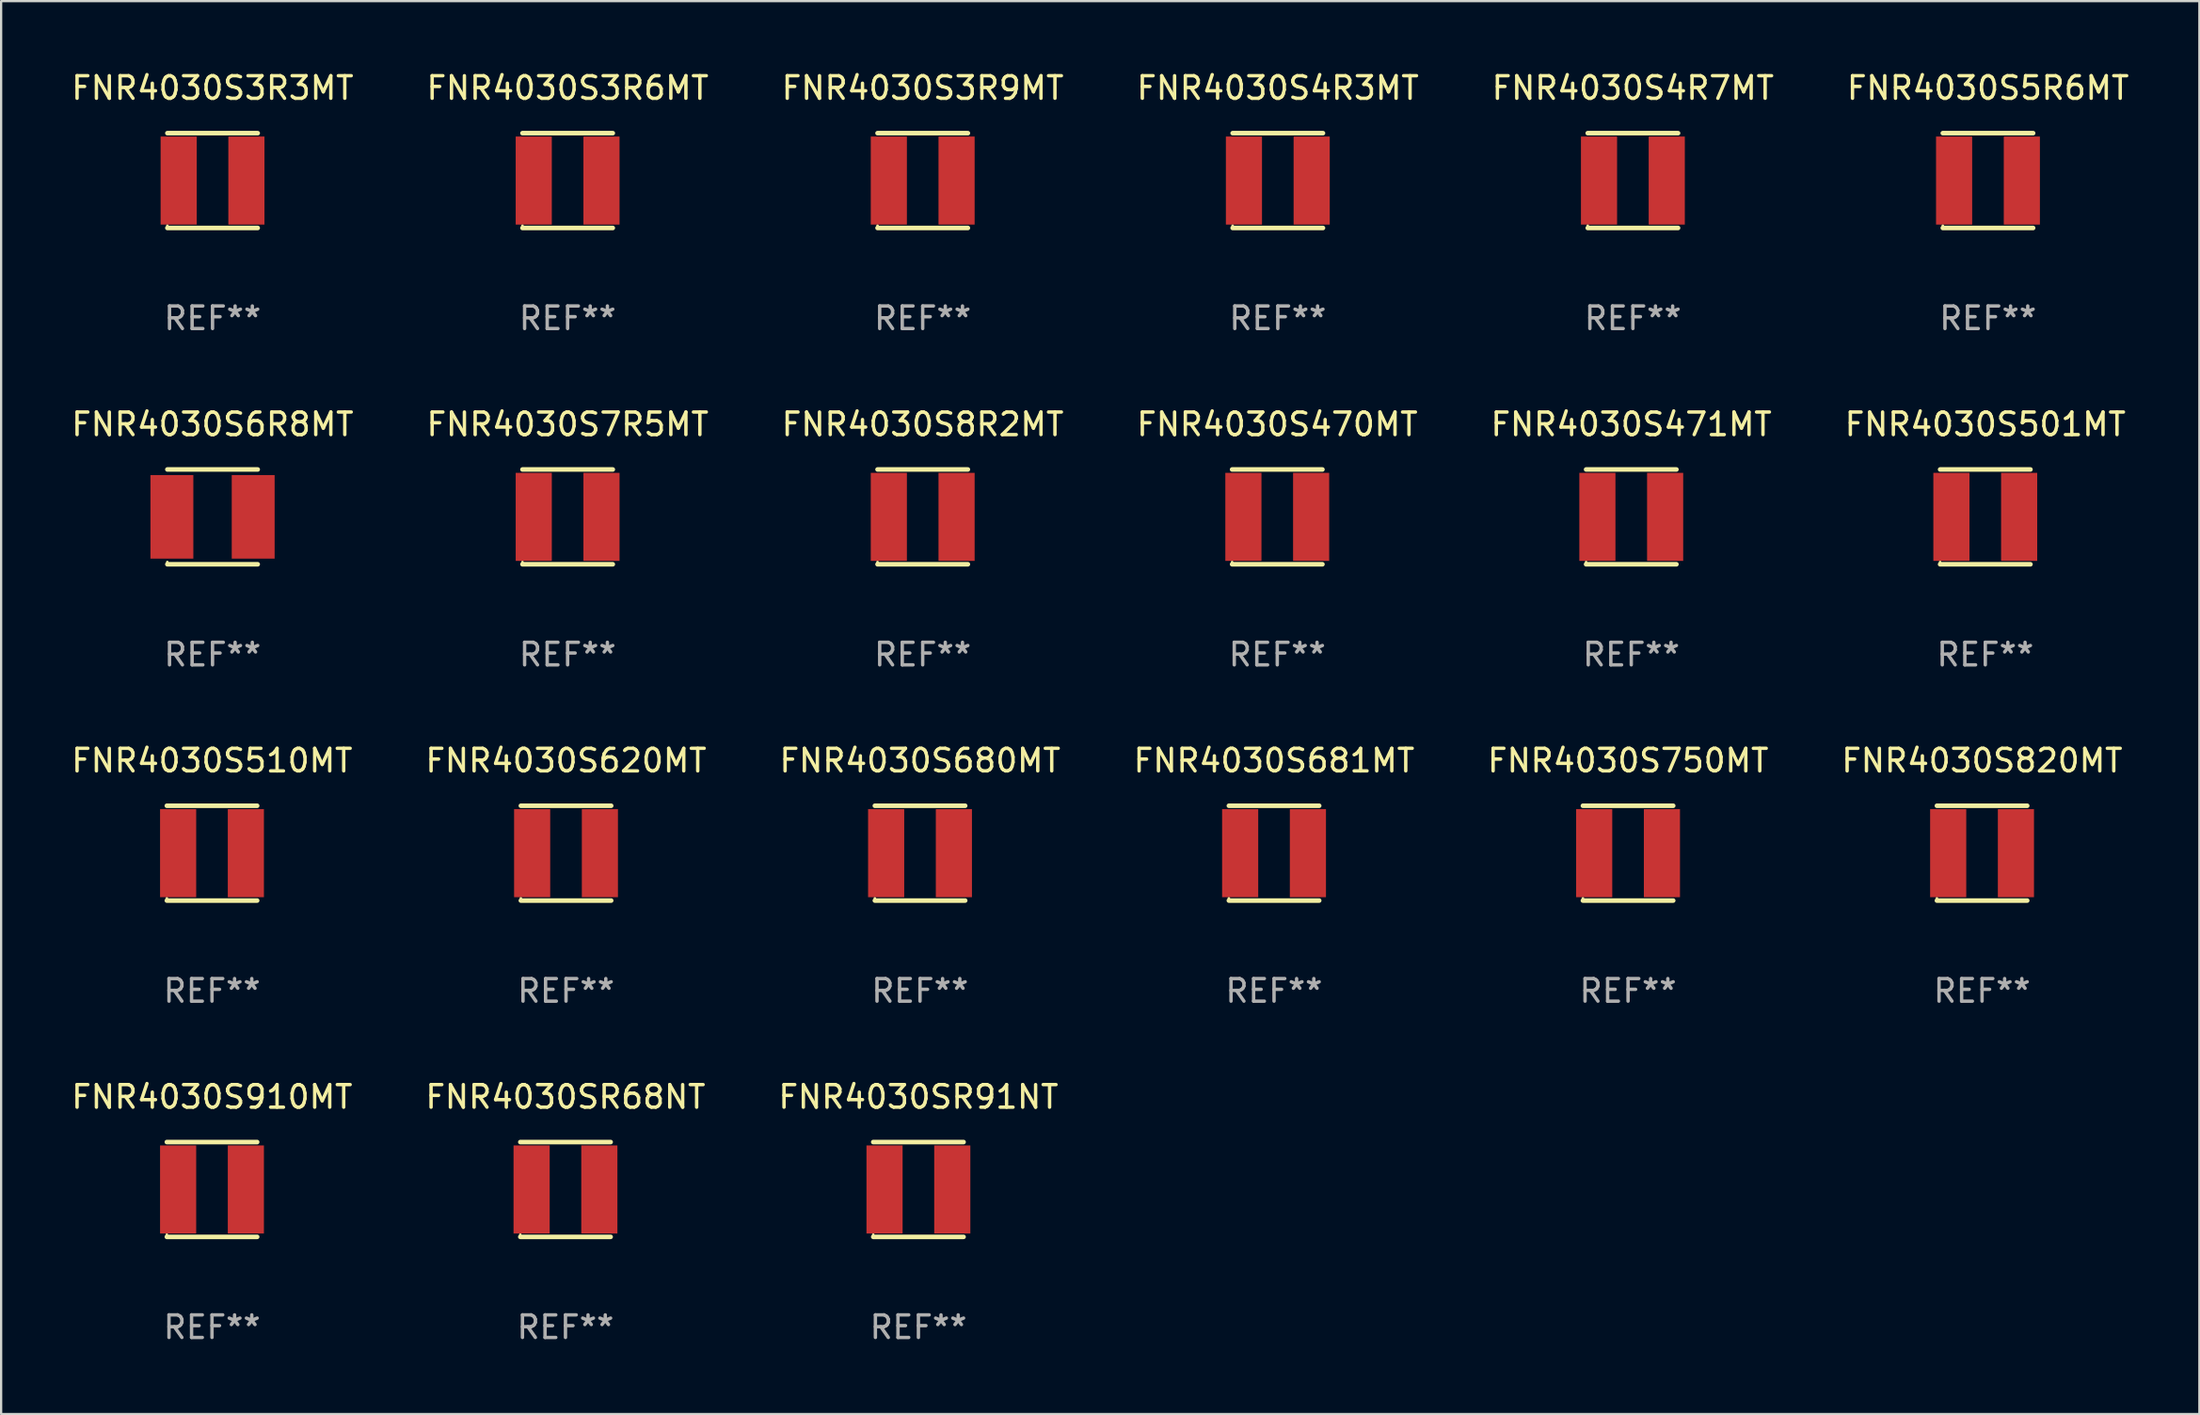
<source format=kicad_pcb>
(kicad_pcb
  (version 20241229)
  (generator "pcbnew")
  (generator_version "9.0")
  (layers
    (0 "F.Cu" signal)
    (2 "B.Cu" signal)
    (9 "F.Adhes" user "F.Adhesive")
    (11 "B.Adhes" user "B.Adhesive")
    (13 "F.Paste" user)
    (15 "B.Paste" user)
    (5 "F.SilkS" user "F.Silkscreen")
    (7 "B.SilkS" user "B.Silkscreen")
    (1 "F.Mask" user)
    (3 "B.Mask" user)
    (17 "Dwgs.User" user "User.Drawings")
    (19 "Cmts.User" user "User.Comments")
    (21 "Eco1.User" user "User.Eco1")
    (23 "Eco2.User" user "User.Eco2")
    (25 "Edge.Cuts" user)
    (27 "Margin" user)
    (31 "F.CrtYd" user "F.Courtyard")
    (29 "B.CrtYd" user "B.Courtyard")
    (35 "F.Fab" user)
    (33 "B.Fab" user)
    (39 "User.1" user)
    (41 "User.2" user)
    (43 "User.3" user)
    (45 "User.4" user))
  (footprint "FNR4030S510MT"
    (layer "F.Cu")
    (at 6.339 34.741)
    (property "Reference" "FNR4030S510MT" (at 0 -4.1 0) (layer "F.SilkS") (effects (font (size 1 1) (thickness 0.15))))
    (attr through_hole)
    (fp_line (start -2 -2.1) (end 2 -2.1) (stroke (width 0.203) (type solid)) (layer "F.SilkS"))
    (fp_line (start -2 2.1) (end 2 2.1) (stroke (width 0.203) (type solid)) (layer "F.SilkS"))
    (fp_circle (center -2 2.003) (end -1.97 2.003) (stroke (width 0.06) (type solid)) (fill no) (layer "F.SilkS"))
    (fp_text user "REF**" (at 0 6.1 0) (layer "F.Fab") (effects (font (size 1 1) (thickness 0.15))))
    (pad "1" smd rect (at -1.5 0) (size 1.6 3.9) (layers "F.Cu" "F.Mask" "F.Paste"))
    (pad "2" smd rect (at 1.5 0) (size 1.6 3.9) (layers "F.Cu" "F.Mask" "F.Paste")))
  (footprint "FNR4030S3R6MT"
    (layer "F.Cu")
    (at 22.089 4.948)
    (property "Reference" "FNR4030S3R6MT" (at 0 -4.1 0) (layer "F.SilkS") (effects (font (size 1 1) (thickness 0.15))))
    (attr through_hole)
    (fp_line (start -2 -2.1) (end 2 -2.1) (stroke (width 0.203) (type solid)) (layer "F.SilkS"))
    (fp_line (start -2 2.1) (end 2 2.1) (stroke (width 0.203) (type solid)) (layer "F.SilkS"))
    (fp_circle (center -2 2.003) (end -1.97 2.003) (stroke (width 0.06) (type solid)) (fill no) (layer "F.SilkS"))
    (fp_text user "REF**" (at 0 6.1 0) (layer "F.Fab") (effects (font (size 1 1) (thickness 0.15))))
    (pad "1" smd rect (at -1.5 0) (size 1.6 3.9) (layers "F.Cu" "F.Mask" "F.Paste"))
    (pad "2" smd rect (at 1.5 0) (size 1.6 3.9) (layers "F.Cu" "F.Mask" "F.Paste")))
  (footprint "FNR4030SR91NT"
    (layer "F.Cu")
    (at 37.625 49.638)
    (property "Reference" "FNR4030SR91NT" (at 0 -4.1 0) (layer "F.SilkS") (effects (font (size 1 1) (thickness 0.15))))
    (attr through_hole)
    (fp_line (start -2 -2.1) (end 2 -2.1) (stroke (width 0.203) (type solid)) (layer "F.SilkS"))
    (fp_line (start -2 2.1) (end 2 2.1) (stroke (width 0.203) (type solid)) (layer "F.SilkS"))
    (fp_circle (center -2 2.003) (end -1.97 2.003) (stroke (width 0.06) (type solid)) (fill no) (layer "F.SilkS"))
    (fp_text user "REF**" (at 0 6.1 0) (layer "F.Fab") (effects (font (size 1 1) (thickness 0.15))))
    (pad "1" smd rect (at -1.5 0) (size 1.6 3.9) (layers "F.Cu" "F.Mask" "F.Paste"))
    (pad "2" smd rect (at 1.5 0) (size 1.6 3.9) (layers "F.Cu" "F.Mask" "F.Paste")))
  (footprint "FNR4030S820MT"
    (layer "F.Cu")
    (at 84.732 34.741)
    (property "Reference" "FNR4030S820MT" (at 0 -4.1 0) (layer "F.SilkS") (effects (font (size 1 1) (thickness 0.15))))
    (attr through_hole)
    (fp_line (start -2 -2.1) (end 2 -2.1) (stroke (width 0.203) (type solid)) (layer "F.SilkS"))
    (fp_line (start -2 2.1) (end 2 2.1) (stroke (width 0.203) (type solid)) (layer "F.SilkS"))
    (fp_circle (center -2 2.003) (end -1.97 2.003) (stroke (width 0.06) (type solid)) (fill no) (layer "F.SilkS"))
    (fp_text user "REF**" (at 0 6.1 0) (layer "F.Fab") (effects (font (size 1 1) (thickness 0.15))))
    (pad "1" smd rect (at -1.5 0) (size 1.6 3.9) (layers "F.Cu" "F.Mask" "F.Paste"))
    (pad "2" smd rect (at 1.5 0) (size 1.6 3.9) (layers "F.Cu" "F.Mask" "F.Paste")))
  (footprint "FNR4030S7R5MT"
    (layer "F.Cu")
    (at 22.089 19.845)
    (property "Reference" "FNR4030S7R5MT" (at 0 -4.1 0) (layer "F.SilkS") (effects (font (size 1 1) (thickness 0.15))))
    (attr through_hole)
    (fp_line (start -2 -2.1) (end 2 -2.1) (stroke (width 0.203) (type solid)) (layer "F.SilkS"))
    (fp_line (start -2 2.1) (end 2 2.1) (stroke (width 0.203) (type solid)) (layer "F.SilkS"))
    (fp_circle (center -2 2.003) (end -1.97 2.003) (stroke (width 0.06) (type solid)) (fill no) (layer "F.SilkS"))
    (fp_text user "REF**" (at 0 6.1 0) (layer "F.Fab") (effects (font (size 1 1) (thickness 0.15))))
    (pad "1" smd rect (at -1.5 0) (size 1.6 3.9) (layers "F.Cu" "F.Mask" "F.Paste"))
    (pad "2" smd rect (at 1.5 0) (size 1.6 3.9) (layers "F.Cu" "F.Mask" "F.Paste")))
  (footprint "FNR4030S4R3MT"
    (layer "F.Cu")
    (at 53.542 4.948)
    (property "Reference" "FNR4030S4R3MT" (at 0 -4.1 0) (layer "F.SilkS") (effects (font (size 1 1) (thickness 0.15))))
    (attr through_hole)
    (fp_line (start -2 -2.1) (end 2 -2.1) (stroke (width 0.203) (type solid)) (layer "F.SilkS"))
    (fp_line (start -2 2.1) (end 2 2.1) (stroke (width 0.203) (type solid)) (layer "F.SilkS"))
    (fp_circle (center -2 2.003) (end -1.97 2.003) (stroke (width 0.06) (type solid)) (fill no) (layer "F.SilkS"))
    (fp_text user "REF**" (at 0 6.1 0) (layer "F.Fab") (effects (font (size 1 1) (thickness 0.15))))
    (pad "1" smd rect (at -1.5 0) (size 1.6 3.9) (layers "F.Cu" "F.Mask" "F.Paste"))
    (pad "2" smd rect (at 1.5 0) (size 1.6 3.9) (layers "F.Cu" "F.Mask" "F.Paste")))
  (footprint "FNR4030S4R7MT"
    (layer "F.Cu")
    (at 69.268 4.948)
    (property "Reference" "FNR4030S4R7MT" (at 0 -4.1 0) (layer "F.SilkS") (effects (font (size 1 1) (thickness 0.15))))
    (attr through_hole)
    (fp_line (start -2 -2.1) (end 2 -2.1) (stroke (width 0.203) (type solid)) (layer "F.SilkS"))
    (fp_line (start -2 2.1) (end 2 2.1) (stroke (width 0.203) (type solid)) (layer "F.SilkS"))
    (fp_circle (center -2 2.003) (end -1.97 2.003) (stroke (width 0.06) (type solid)) (fill no) (layer "F.SilkS"))
    (fp_text user "REF**" (at 0 6.1 0) (layer "F.Fab") (effects (font (size 1 1) (thickness 0.15))))
    (pad "1" smd rect (at -1.5 0) (size 1.6 3.9) (layers "F.Cu" "F.Mask" "F.Paste"))
    (pad "2" smd rect (at 1.5 0) (size 1.6 3.9) (layers "F.Cu" "F.Mask" "F.Paste")))
  (footprint "FNR4030S471MT"
    (layer "F.Cu")
    (at 69.196 19.845)
    (property "Reference" "FNR4030S471MT" (at 0 -4.1 0) (layer "F.SilkS") (effects (font (size 1 1) (thickness 0.15))))
    (attr through_hole)
    (fp_line (start -2 -2.1) (end 2 -2.1) (stroke (width 0.203) (type solid)) (layer "F.SilkS"))
    (fp_line (start -2 2.1) (end 2 2.1) (stroke (width 0.203) (type solid)) (layer "F.SilkS"))
    (fp_circle (center -2 2.003) (end -1.97 2.003) (stroke (width 0.06) (type solid)) (fill no) (layer "F.SilkS"))
    (fp_text user "REF**" (at 0 6.1 0) (layer "F.Fab") (effects (font (size 1 1) (thickness 0.15))))
    (pad "1" smd rect (at -1.5 0) (size 1.6 3.9) (layers "F.Cu" "F.Mask" "F.Paste"))
    (pad "2" smd rect (at 1.5 0) (size 1.6 3.9) (layers "F.Cu" "F.Mask" "F.Paste")))
  (footprint "FNR4030SR68NT"
    (layer "F.Cu")
    (at 21.994 49.638)
    (property "Reference" "FNR4030SR68NT" (at 0 -4.1 0) (layer "F.SilkS") (effects (font (size 1 1) (thickness 0.15))))
    (attr through_hole)
    (fp_line (start -2 -2.1) (end 2 -2.1) (stroke (width 0.203) (type solid)) (layer "F.SilkS"))
    (fp_line (start -2 2.1) (end 2 2.1) (stroke (width 0.203) (type solid)) (layer "F.SilkS"))
    (fp_circle (center -2 2.003) (end -1.97 2.003) (stroke (width 0.06) (type solid)) (fill no) (layer "F.SilkS"))
    (fp_text user "REF**" (at 0 6.1 0) (layer "F.Fab") (effects (font (size 1 1) (thickness 0.15))))
    (pad "1" smd rect (at -1.5 0) (size 1.6 3.9) (layers "F.Cu" "F.Mask" "F.Paste"))
    (pad "2" smd rect (at 1.5 0) (size 1.6 3.9) (layers "F.Cu" "F.Mask" "F.Paste")))
  (footprint "FNR4030S681MT"
    (layer "F.Cu")
    (at 53.375 34.741)
    (property "Reference" "FNR4030S681MT" (at 0 -4.1 0) (layer "F.SilkS") (effects (font (size 1 1) (thickness 0.15))))
    (attr through_hole)
    (fp_line (start -2 -2.1) (end 2 -2.1) (stroke (width 0.203) (type solid)) (layer "F.SilkS"))
    (fp_line (start -2 2.1) (end 2 2.1) (stroke (width 0.203) (type solid)) (layer "F.SilkS"))
    (fp_circle (center -2 2.003) (end -1.97 2.003) (stroke (width 0.06) (type solid)) (fill no) (layer "F.SilkS"))
    (fp_text user "REF**" (at 0 6.1 0) (layer "F.Fab") (effects (font (size 1 1) (thickness 0.15))))
    (pad "1" smd rect (at -1.5 0) (size 1.6 3.9) (layers "F.Cu" "F.Mask" "F.Paste"))
    (pad "2" smd rect (at 1.5 0) (size 1.6 3.9) (layers "F.Cu" "F.Mask" "F.Paste")))
  (footprint "FNR4030S5R6MT"
    (layer "F.Cu")
    (at 84.994 4.948)
    (property "Reference" "FNR4030S5R6MT" (at 0 -4.1 0) (layer "F.SilkS") (effects (font (size 1 1) (thickness 0.15))))
    (attr through_hole)
    (fp_line (start -2 -2.1) (end 2 -2.1) (stroke (width 0.203) (type solid)) (layer "F.SilkS"))
    (fp_line (start -2 2.1) (end 2 2.1) (stroke (width 0.203) (type solid)) (layer "F.SilkS"))
    (fp_circle (center -2 2.003) (end -1.97 2.003) (stroke (width 0.06) (type solid)) (fill no) (layer "F.SilkS"))
    (fp_text user "REF**" (at 0 6.1 0) (layer "F.Fab") (effects (font (size 1 1) (thickness 0.15))))
    (pad "1" smd rect (at -1.5 0) (size 1.6 3.9) (layers "F.Cu" "F.Mask" "F.Paste"))
    (pad "2" smd rect (at 1.5 0) (size 1.6 3.9) (layers "F.Cu" "F.Mask" "F.Paste")))
  (footprint "FNR4030S680MT"
    (layer "F.Cu")
    (at 37.696 34.741)
    (property "Reference" "FNR4030S680MT" (at 0 -4.1 0) (layer "F.SilkS") (effects (font (size 1 1) (thickness 0.15))))
    (attr through_hole)
    (fp_line (start -2 -2.1) (end 2 -2.1) (stroke (width 0.203) (type solid)) (layer "F.SilkS"))
    (fp_line (start -2 2.1) (end 2 2.1) (stroke (width 0.203) (type solid)) (layer "F.SilkS"))
    (fp_circle (center -2 2.003) (end -1.97 2.003) (stroke (width 0.06) (type solid)) (fill no) (layer "F.SilkS"))
    (fp_text user "REF**" (at 0 6.1 0) (layer "F.Fab") (effects (font (size 1 1) (thickness 0.15))))
    (pad "1" smd rect (at -1.5 0) (size 1.6 3.9) (layers "F.Cu" "F.Mask" "F.Paste"))
    (pad "2" smd rect (at 1.5 0) (size 1.6 3.9) (layers "F.Cu" "F.Mask" "F.Paste")))
  (footprint "FNR4030S501MT"
    (layer "F.Cu")
    (at 84.875 19.845)
    (property "Reference" "FNR4030S501MT" (at 0 -4.1 0) (layer "F.SilkS") (effects (font (size 1 1) (thickness 0.15))))
    (attr through_hole)
    (fp_line (start -2 -2.1) (end 2 -2.1) (stroke (width 0.203) (type solid)) (layer "F.SilkS"))
    (fp_line (start -2 2.1) (end 2 2.1) (stroke (width 0.203) (type solid)) (layer "F.SilkS"))
    (fp_circle (center -2 2.003) (end -1.97 2.003) (stroke (width 0.06) (type solid)) (fill no) (layer "F.SilkS"))
    (fp_text user "REF**" (at 0 6.1 0) (layer "F.Fab") (effects (font (size 1 1) (thickness 0.15))))
    (pad "1" smd rect (at -1.5 0) (size 1.6 3.9) (layers "F.Cu" "F.Mask" "F.Paste"))
    (pad "2" smd rect (at 1.5 0) (size 1.6 3.9) (layers "F.Cu" "F.Mask" "F.Paste")))
  (footprint "FNR4030S8R2MT"
    (layer "F.Cu")
    (at 37.815 19.845)
    (property "Reference" "FNR4030S8R2MT" (at 0 -4.1 0) (layer "F.SilkS") (effects (font (size 1 1) (thickness 0.15))))
    (attr through_hole)
    (fp_line (start -2 -2.1) (end 2 -2.1) (stroke (width 0.203) (type solid)) (layer "F.SilkS"))
    (fp_line (start -2 2.1) (end 2 2.1) (stroke (width 0.203) (type solid)) (layer "F.SilkS"))
    (fp_circle (center -2 2.003) (end -1.97 2.003) (stroke (width 0.06) (type solid)) (fill no) (layer "F.SilkS"))
    (fp_text user "REF**" (at 0 6.1 0) (layer "F.Fab") (effects (font (size 1 1) (thickness 0.15))))
    (pad "1" smd rect (at -1.5 0) (size 1.6 3.9) (layers "F.Cu" "F.Mask" "F.Paste"))
    (pad "2" smd rect (at 1.5 0) (size 1.6 3.9) (layers "F.Cu" "F.Mask" "F.Paste")))
  (footprint "FNR4030S750MT"
    (layer "F.Cu")
    (at 69.054 34.741)
    (property "Reference" "FNR4030S750MT" (at 0 -4.1 0) (layer "F.SilkS") (effects (font (size 1 1) (thickness 0.15))))
    (attr through_hole)
    (fp_line (start -2 -2.1) (end 2 -2.1) (stroke (width 0.203) (type solid)) (layer "F.SilkS"))
    (fp_line (start -2 2.1) (end 2 2.1) (stroke (width 0.203) (type solid)) (layer "F.SilkS"))
    (fp_circle (center -2 2.003) (end -1.97 2.003) (stroke (width 0.06) (type solid)) (fill no) (layer "F.SilkS"))
    (fp_text user "REF**" (at 0 6.1 0) (layer "F.Fab") (effects (font (size 1 1) (thickness 0.15))))
    (pad "1" smd rect (at -1.5 0) (size 1.6 3.9) (layers "F.Cu" "F.Mask" "F.Paste"))
    (pad "2" smd rect (at 1.5 0) (size 1.6 3.9) (layers "F.Cu" "F.Mask" "F.Paste")))
  (footprint "FNR4030S6R8MT"
    (layer "F.Cu")
    (at 6.363 19.845)
    (property "Reference" "FNR4030S6R8MT" (at 0 -4.1 0) (layer "F.SilkS") (effects (font (size 1 1) (thickness 0.15))))
    (attr through_hole)
    (fp_line (start -2 -2.1) (end 2 -2.1) (stroke (width 0.203) (type solid)) (layer "F.SilkS"))
    (fp_line (start -2 2.1) (end 2 2.1) (stroke (width 0.203) (type solid)) (layer "F.SilkS"))
    (fp_circle (center -2.002 2) (end -1.972 2) (stroke (width 0.06) (type solid)) (fill no) (layer "F.SilkS"))
    (fp_text user "REF**" (at 0 6.1 0) (layer "F.Fab") (effects (font (size 1 1) (thickness 0.15))))
    (pad "1" smd rect (at -1.8 0) (size 1.9 3.7) (layers "F.Cu" "F.Mask" "F.Paste"))
    (pad "2" smd rect (at 1.8 0) (size 1.9 3.7) (layers "F.Cu" "F.Mask" "F.Paste")))
  (footprint "FNR4030S3R9MT"
    (layer "F.Cu")
    (at 37.815 4.948)
    (property "Reference" "FNR4030S3R9MT" (at 0 -4.1 0) (layer "F.SilkS") (effects (font (size 1 1) (thickness 0.15))))
    (attr through_hole)
    (fp_line (start -2 -2.1) (end 2 -2.1) (stroke (width 0.203) (type solid)) (layer "F.SilkS"))
    (fp_line (start -2 2.1) (end 2 2.1) (stroke (width 0.203) (type solid)) (layer "F.SilkS"))
    (fp_circle (center -2 2.003) (end -1.97 2.003) (stroke (width 0.06) (type solid)) (fill no) (layer "F.SilkS"))
    (fp_text user "REF**" (at 0 6.1 0) (layer "F.Fab") (effects (font (size 1 1) (thickness 0.15))))
    (pad "1" smd rect (at -1.5 0) (size 1.6 3.9) (layers "F.Cu" "F.Mask" "F.Paste"))
    (pad "2" smd rect (at 1.5 0) (size 1.6 3.9) (layers "F.Cu" "F.Mask" "F.Paste")))
  (footprint "FNR4030S620MT"
    (layer "F.Cu")
    (at 22.018 34.741)
    (property "Reference" "FNR4030S620MT" (at 0 -4.1 0) (layer "F.SilkS") (effects (font (size 1 1) (thickness 0.15))))
    (attr through_hole)
    (fp_line (start -2 -2.1) (end 2 -2.1) (stroke (width 0.203) (type solid)) (layer "F.SilkS"))
    (fp_line (start -2 2.1) (end 2 2.1) (stroke (width 0.203) (type solid)) (layer "F.SilkS"))
    (fp_circle (center -2 2.003) (end -1.97 2.003) (stroke (width 0.06) (type solid)) (fill no) (layer "F.SilkS"))
    (fp_text user "REF**" (at 0 6.1 0) (layer "F.Fab") (effects (font (size 1 1) (thickness 0.15))))
    (pad "1" smd rect (at -1.5 0) (size 1.6 3.9) (layers "F.Cu" "F.Mask" "F.Paste"))
    (pad "2" smd rect (at 1.5 0) (size 1.6 3.9) (layers "F.Cu" "F.Mask" "F.Paste")))
  (footprint "FNR4030S910MT"
    (layer "F.Cu")
    (at 6.339 49.638)
    (property "Reference" "FNR4030S910MT" (at 0 -4.1 0) (layer "F.SilkS") (effects (font (size 1 1) (thickness 0.15))))
    (attr through_hole)
    (fp_line (start -2 -2.1) (end 2 -2.1) (stroke (width 0.203) (type solid)) (layer "F.SilkS"))
    (fp_line (start -2 2.1) (end 2 2.1) (stroke (width 0.203) (type solid)) (layer "F.SilkS"))
    (fp_circle (center -2 2.003) (end -1.97 2.003) (stroke (width 0.06) (type solid)) (fill no) (layer "F.SilkS"))
    (fp_text user "REF**" (at 0 6.1 0) (layer "F.Fab") (effects (font (size 1 1) (thickness 0.15))))
    (pad "1" smd rect (at -1.5 0) (size 1.6 3.9) (layers "F.Cu" "F.Mask" "F.Paste"))
    (pad "2" smd rect (at 1.5 0) (size 1.6 3.9) (layers "F.Cu" "F.Mask" "F.Paste")))
  (footprint "FNR4030S470MT"
    (layer "F.Cu")
    (at 53.518 19.845)
    (property "Reference" "FNR4030S470MT" (at 0 -4.1 0) (layer "F.SilkS") (effects (font (size 1 1) (thickness 0.15))))
    (attr through_hole)
    (fp_line (start -2 -2.1) (end 2 -2.1) (stroke (width 0.203) (type solid)) (layer "F.SilkS"))
    (fp_line (start -2 2.1) (end 2 2.1) (stroke (width 0.203) (type solid)) (layer "F.SilkS"))
    (fp_circle (center -2 2.003) (end -1.97 2.003) (stroke (width 0.06) (type solid)) (fill no) (layer "F.SilkS"))
    (fp_text user "REF**" (at 0 6.1 0) (layer "F.Fab") (effects (font (size 1 1) (thickness 0.15))))
    (pad "1" smd rect (at -1.5 0) (size 1.6 3.9) (layers "F.Cu" "F.Mask" "F.Paste"))
    (pad "2" smd rect (at 1.5 0) (size 1.6 3.9) (layers "F.Cu" "F.Mask" "F.Paste")))
  (footprint "FNR4030S3R3MT"
    (layer "F.Cu")
    (at 6.363 4.948)
    (property "Reference" "FNR4030S3R3MT" (at 0 -4.1 0) (layer "F.SilkS") (effects (font (size 1 1) (thickness 0.15))))
    (attr through_hole)
    (fp_line (start -2 -2.1) (end 2 -2.1) (stroke (width 0.203) (type solid)) (layer "F.SilkS"))
    (fp_line (start -2 2.1) (end 2 2.1) (stroke (width 0.203) (type solid)) (layer "F.SilkS"))
    (fp_circle (center -2 2.003) (end -1.97 2.003) (stroke (width 0.06) (type solid)) (fill no) (layer "F.SilkS"))
    (fp_text user "REF**" (at 0 6.1 0) (layer "F.Fab") (effects (font (size 1 1) (thickness 0.15))))
    (pad "1" smd rect (at -1.5 0) (size 1.6 3.9) (layers "F.Cu" "F.Mask" "F.Paste"))
    (pad "2" smd rect (at 1.5 0) (size 1.6 3.9) (layers "F.Cu" "F.Mask" "F.Paste")))
  (gr_rect
    (start -3 -3)
    (end 94.357 59.586)
    (stroke (width 0.1) (type default))
    (fill no)
    (layer "Edge.Cuts")))
</source>
